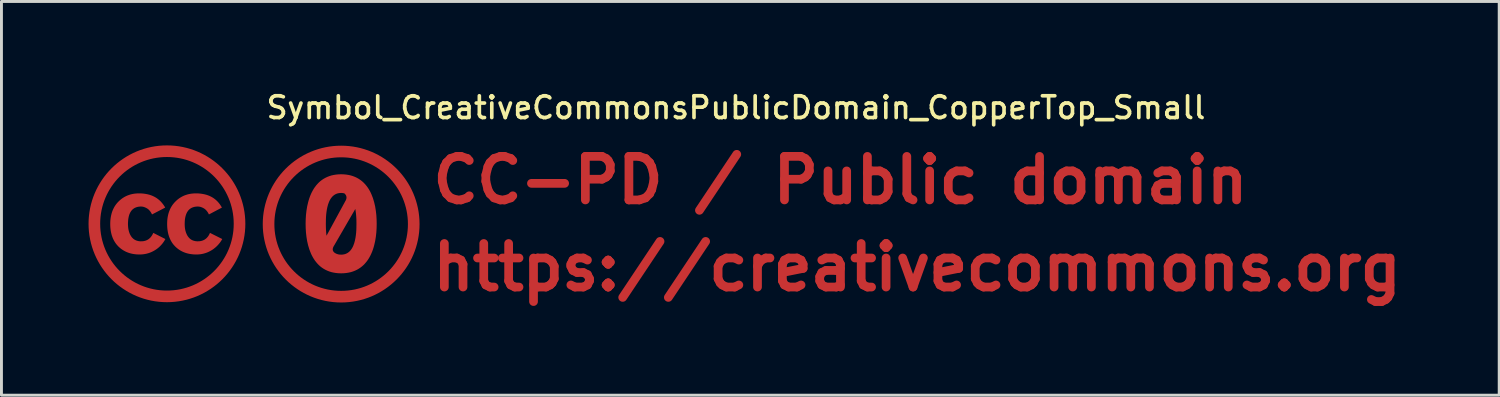
<source format=kicad_pcb>
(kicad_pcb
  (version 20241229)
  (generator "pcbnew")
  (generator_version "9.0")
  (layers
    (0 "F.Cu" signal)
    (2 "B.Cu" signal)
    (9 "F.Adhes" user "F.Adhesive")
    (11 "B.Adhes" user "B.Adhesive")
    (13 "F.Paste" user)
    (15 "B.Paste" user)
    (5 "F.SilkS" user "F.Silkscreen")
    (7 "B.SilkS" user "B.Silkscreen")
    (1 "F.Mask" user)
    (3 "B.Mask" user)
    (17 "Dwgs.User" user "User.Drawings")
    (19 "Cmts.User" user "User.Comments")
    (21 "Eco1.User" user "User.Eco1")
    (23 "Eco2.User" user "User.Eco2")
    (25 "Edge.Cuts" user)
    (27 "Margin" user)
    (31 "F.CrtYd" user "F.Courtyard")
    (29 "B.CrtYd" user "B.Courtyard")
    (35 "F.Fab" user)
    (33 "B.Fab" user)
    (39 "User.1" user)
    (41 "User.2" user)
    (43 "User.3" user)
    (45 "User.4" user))
  (footprint "Symbol_CreativeCommonsPublicDomain_CopperTop_Small"
    (layer "F.Cu")
    (at 21.7 4.658)
    (property "Reference" "Symbol_CreativeCommonsPublicDomain_CopperTop_Small" (at 0.599 -4 0) (layer "F.SilkS") (effects (font (size 0.75 0.75) (thickness 0.125))))
    (attr exclude_from_pos_files exclude_from_bom allow_missing_courtyard)
    (fp_circle (center -19 0) (end -16.5 0) (stroke (width 0.4) (type default)) (fill no) (layer "F.Cu"))
    (fp_circle (center -13 0.01) (end -10.5 0.01) (stroke (width 0.4) (type default)) (fill no) (layer "F.Cu"))
    (fp_poly (pts (xy -19.884 -1.046) (xy -19.809 -1.04) (xy -19.738 -1.03) (xy -19.669 -1.017) (xy -19.603 -1) (xy -19.539 -0.979) (xy -19.479 -0.954) (xy -19.421 -0.925) (xy -19.366 -0.893) (xy -19.314 -0.856) (xy -19.265 -0.816) (xy -19.218 -0.772) (xy -19.175 -0.724) (xy -19.134 -0.673) (xy -19.095 -0.617) (xy -19.06 -0.558) (xy -19.514 -0.322) (xy -19.523 -0.341) (xy -19.532 -0.358) (xy -19.542 -0.375) (xy -19.552 -0.392) (xy -19.562 -0.408) (xy -19.573 -0.423) (xy -19.583 -0.437) (xy -19.594 -0.45) (xy -19.606 -0.463) (xy -19.617 -0.476) (xy -19.629 -0.487) (xy -19.641 -0.498) (xy -19.653 -0.508) (xy -19.666 -0.517) (xy -19.679 -0.526) (xy -19.692 -0.534) (xy -19.705 -0.541) (xy -19.718 -0.548) (xy -19.731 -0.554) (xy -19.744 -0.56) (xy -19.757 -0.566) (xy -19.769 -0.57) (xy -19.782 -0.575) (xy -19.794 -0.579) (xy -19.806 -0.583) (xy -19.818 -0.586) (xy -19.83 -0.588) (xy -19.842 -0.59) (xy -19.854 -0.592) (xy -19.866 -0.593) (xy -19.877 -0.594) (xy -19.889 -0.594) (xy -19.916 -0.594) (xy -19.943 -0.592) (xy -19.97 -0.589) (xy -19.995 -0.585) (xy -20.019 -0.58) (xy -20.043 -0.573) (xy -20.065 -0.565) (xy -20.087 -0.557) (xy -20.108 -0.547) (xy -20.128 -0.536) (xy -20.147 -0.523) (xy -20.165 -0.51) (xy -20.182 -0.495) (xy -20.199 -0.48) (xy -20.214 -0.463) (xy -20.229 -0.444) (xy -20.242 -0.425) (xy -20.255 -0.405) (xy -20.267 -0.383) (xy -20.278 -0.36) (xy -20.289 -0.336) (xy -20.298 -0.311) (xy -20.306 -0.285) (xy -20.314 -0.257) (xy -20.32 -0.229) (xy -20.326 -0.199) (xy -20.331 -0.168) (xy -20.335 -0.136) (xy -20.338 -0.102) (xy -20.34 -0.068) (xy -20.342 -0.032) (xy -20.342 0.005) (xy -20.342 0.038) (xy -20.34 0.071) (xy -20.338 0.103) (xy -20.335 0.134) (xy -20.331 0.164) (xy -20.326 0.193) (xy -20.32 0.222) (xy -20.313 0.249) (xy -20.306 0.276) (xy -20.297 0.302) (xy -20.288 0.327) (xy -20.278 0.351) (xy -20.266 0.375) (xy -20.254 0.397) (xy -20.241 0.419) (xy -20.227 0.44) (xy -20.213 0.46) (xy -20.197 0.478) (xy -20.18 0.495) (xy -20.163 0.511) (xy -20.154 0.519) (xy -20.145 0.526) (xy -20.135 0.533) (xy -20.126 0.539) (xy -20.116 0.546) (xy -20.106 0.552) (xy -20.096 0.557) (xy -20.085 0.562) (xy -20.064 0.572) (xy -20.041 0.58) (xy -20.018 0.587) (xy -19.994 0.593) (xy -19.969 0.598) (xy -19.943 0.601) (xy -19.916 0.603) (xy -19.889 0.603) (xy -19.852 0.602) (xy -19.817 0.599) (xy -19.784 0.593) (xy -19.751 0.585) (xy -19.72 0.575) (xy -19.691 0.562) (xy -19.663 0.548) (xy -19.636 0.531) (xy -19.611 0.511) (xy -19.587 0.49) (xy -19.564 0.466) (xy -19.543 0.44) (xy -19.523 0.412) (xy -19.504 0.381) (xy -19.487 0.348) (xy -19.471 0.313) (xy -19.054 0.525) (xy -19.071 0.555) (xy -19.089 0.585) (xy -19.107 0.614) (xy -19.127 0.642) (xy -19.147 0.669) (xy -19.168 0.696) (xy -19.19 0.721) (xy -19.213 0.746) (xy -19.236 0.77) (xy -19.26 0.793) (xy -19.285 0.816) (xy -19.311 0.837) (xy -19.338 0.858) (xy -19.366 0.878) (xy -19.394 0.897) (xy -19.423 0.915) (xy -19.453 0.932) (xy -19.483 0.948) (xy -19.513 0.963) (xy -19.544 0.977) (xy -19.575 0.99) (xy -19.606 1.001) (xy -19.638 1.012) (xy -19.671 1.021) (xy -19.703 1.03) (xy -19.737 1.037) (xy -19.77 1.043) (xy -19.804 1.048) (xy -19.838 1.052) (xy -19.873 1.055) (xy -19.908 1.056) (xy -19.943 1.057) (xy -19.999 1.056) (xy -20.054 1.053) (xy -20.107 1.047) (xy -20.159 1.04) (xy -20.209 1.03) (xy -20.258 1.018) (xy -20.306 1.004) (xy -20.353 0.987) (xy -20.398 0.969) (xy -20.441 0.948) (xy -20.484 0.925) (xy -20.525 0.9) (xy -20.564 0.873) (xy -20.603 0.844) (xy -20.639 0.812) (xy -20.675 0.779) (xy -20.708 0.743) (xy -20.74 0.706) (xy -20.769 0.667) (xy -20.796 0.626) (xy -20.821 0.584) (xy -20.844 0.539) (xy -20.865 0.494) (xy -20.883 0.446) (xy -20.9 0.397) (xy -20.914 0.346) (xy -20.926 0.293) (xy -20.936 0.239) (xy -20.943 0.183) (xy -20.949 0.125) (xy -20.952 0.066) (xy -20.953 0.005) (xy -20.952 -0.055) (xy -20.949 -0.113) (xy -20.943 -0.17) (xy -20.935 -0.225) (xy -20.925 -0.278) (xy -20.913 -0.33) (xy -20.899 -0.38) (xy -20.883 -0.429) (xy -20.864 -0.476) (xy -20.843 -0.522) (xy -20.82 -0.566) (xy -20.795 -0.609) (xy -20.767 -0.65) (xy -20.738 -0.689) (xy -20.706 -0.727) (xy -20.672 -0.763) (xy -20.636 -0.798) (xy -20.599 -0.83) (xy -20.561 -0.86) (xy -20.522 -0.888) (xy -20.482 -0.913) (xy -20.44 -0.937) (xy -20.397 -0.958) (xy -20.353 -0.977) (xy -20.308 -0.993) (xy -20.262 -1.008) (xy -20.215 -1.02) (xy -20.167 -1.03) (xy -20.117 -1.038) (xy -20.066 -1.043) (xy -20.014 -1.047) (xy -19.961 -1.048)) (stroke (width 0) (type solid)) (fill yes) (layer "F.Cu"))
    (fp_poly (pts (xy -17.924 -1.046) (xy -17.85 -1.04) (xy -17.779 -1.03) (xy -17.71 -1.017) (xy -17.644 -1) (xy -17.581 -0.979) (xy -17.521 -0.954) (xy -17.463 -0.925) (xy -17.409 -0.893) (xy -17.357 -0.856) (xy -17.308 -0.816) (xy -17.262 -0.772) (xy -17.219 -0.724) (xy -17.179 -0.673) (xy -17.141 -0.617) (xy -17.107 -0.558) (xy -17.107 -0.558) (xy -17.554 -0.322) (xy -17.563 -0.341) (xy -17.573 -0.358) (xy -17.582 -0.375) (xy -17.592 -0.392) (xy -17.603 -0.408) (xy -17.613 -0.423) (xy -17.624 -0.437) (xy -17.635 -0.45) (xy -17.646 -0.463) (xy -17.658 -0.476) (xy -17.67 -0.487) (xy -17.682 -0.498) (xy -17.694 -0.508) (xy -17.707 -0.517) (xy -17.719 -0.526) (xy -17.733 -0.534) (xy -17.746 -0.541) (xy -17.759 -0.548) (xy -17.772 -0.554) (xy -17.785 -0.56) (xy -17.798 -0.566) (xy -17.811 -0.57) (xy -17.824 -0.575) (xy -17.836 -0.579) (xy -17.849 -0.583) (xy -17.861 -0.586) (xy -17.874 -0.588) (xy -17.886 -0.59) (xy -17.899 -0.592) (xy -17.911 -0.593) (xy -17.923 -0.594) (xy -17.935 -0.594) (xy -17.963 -0.594) (xy -17.99 -0.592) (xy -18.016 -0.589) (xy -18.041 -0.585) (xy -18.066 -0.58) (xy -18.089 -0.573) (xy -18.112 -0.565) (xy -18.134 -0.557) (xy -18.154 -0.547) (xy -18.174 -0.536) (xy -18.193 -0.523) (xy -18.212 -0.51) (xy -18.229 -0.495) (xy -18.245 -0.48) (xy -18.261 -0.463) (xy -18.275 -0.444) (xy -18.289 -0.425) (xy -18.302 -0.405) (xy -18.314 -0.383) (xy -18.325 -0.36) (xy -18.335 -0.336) (xy -18.344 -0.311) (xy -18.353 -0.285) (xy -18.36 -0.257) (xy -18.367 -0.229) (xy -18.373 -0.199) (xy -18.378 -0.168) (xy -18.382 -0.136) (xy -18.385 -0.102) (xy -18.387 -0.068) (xy -18.388 -0.032) (xy -18.389 0.005) (xy -18.388 0.038) (xy -18.387 0.071) (xy -18.385 0.103) (xy -18.382 0.134) (xy -18.378 0.164) (xy -18.373 0.193) (xy -18.367 0.222) (xy -18.36 0.249) (xy -18.352 0.276) (xy -18.344 0.302) (xy -18.334 0.327) (xy -18.324 0.351) (xy -18.313 0.375) (xy -18.301 0.397) (xy -18.288 0.419) (xy -18.274 0.44) (xy -18.259 0.46) (xy -18.243 0.478) (xy -18.227 0.495) (xy -18.218 0.504) (xy -18.21 0.511) (xy -18.201 0.519) (xy -18.191 0.526) (xy -18.182 0.533) (xy -18.172 0.539) (xy -18.163 0.546) (xy -18.153 0.552) (xy -18.142 0.557) (xy -18.132 0.562) (xy -18.11 0.572) (xy -18.088 0.58) (xy -18.064 0.587) (xy -18.04 0.593) (xy -18.015 0.598) (xy -17.989 0.601) (xy -17.963 0.603) (xy -17.935 0.603) (xy -17.899 0.602) (xy -17.864 0.599) (xy -17.83 0.593) (xy -17.798 0.585) (xy -17.767 0.575) (xy -17.738 0.562) (xy -17.709 0.548) (xy -17.683 0.531) (xy -17.657 0.511) (xy -17.633 0.49) (xy -17.611 0.466) (xy -17.589 0.44) (xy -17.569 0.412) (xy -17.551 0.381) (xy -17.534 0.348) (xy -17.518 0.313) (xy -17.095 0.525) (xy -17.112 0.555) (xy -17.131 0.585) (xy -17.15 0.614) (xy -17.17 0.642) (xy -17.191 0.669) (xy -17.213 0.696) (xy -17.235 0.721) (xy -17.258 0.746) (xy -17.282 0.77) (xy -17.306 0.793) (xy -17.332 0.816) (xy -17.358 0.837) (xy -17.384 0.858) (xy -17.412 0.878) (xy -17.44 0.897) (xy -17.469 0.915) (xy -17.499 0.932) (xy -17.529 0.948) (xy -17.559 0.963) (xy -17.59 0.977) (xy -17.621 0.99) (xy -17.652 1.001) (xy -17.684 1.012) (xy -17.716 1.021) (xy -17.748 1.03) (xy -17.781 1.037) (xy -17.814 1.043) (xy -17.847 1.048) (xy -17.881 1.052) (xy -17.915 1.055) (xy -17.949 1.056) (xy -17.983 1.057) (xy -18.04 1.056) (xy -18.095 1.053) (xy -18.149 1.047) (xy -18.202 1.04) (xy -18.253 1.03) (xy -18.302 1.018) (xy -18.35 1.004) (xy -18.397 0.987) (xy -18.442 0.969) (xy -18.486 0.948) (xy -18.528 0.925) (xy -18.569 0.9) (xy -18.608 0.873) (xy -18.646 0.844) (xy -18.683 0.812) (xy -18.718 0.779) (xy -18.751 0.743) (xy -18.783 0.706) (xy -18.812 0.667) (xy -18.839 0.626) (xy -18.863 0.584) (xy -18.886 0.539) (xy -18.906 0.494) (xy -18.925 0.446) (xy -18.941 0.397) (xy -18.955 0.346) (xy -18.967 0.293) (xy -18.976 0.239) (xy -18.984 0.183) (xy -18.989 0.125) (xy -18.992 0.066) (xy -18.993 0.005) (xy -18.992 -0.055) (xy -18.989 -0.113) (xy -18.984 -0.17) (xy -18.976 -0.225) (xy -18.966 -0.278) (xy -18.954 -0.33) (xy -18.94 -0.38) (xy -18.923 -0.429) (xy -18.904 -0.476) (xy -18.884 -0.522) (xy -18.861 -0.566) (xy -18.835 -0.609) (xy -18.808 -0.65) (xy -18.778 -0.689) (xy -18.746 -0.727) (xy -18.712 -0.763) (xy -18.676 -0.798) (xy -18.64 -0.83) (xy -18.602 -0.86) (xy -18.562 -0.888) (xy -18.522 -0.913) (xy -18.48 -0.937) (xy -18.438 -0.958) (xy -18.394 -0.977) (xy -18.349 -0.993) (xy -18.303 -1.008) (xy -18.256 -1.02) (xy -18.207 -1.03) (xy -18.157 -1.038) (xy -18.107 -1.043) (xy -18.055 -1.047) (xy -18.002 -1.048)) (stroke (width 0) (type solid)) (fill yes) (layer "F.Cu"))
    (fp_poly (pts (xy -12.91 -1.703) (xy -12.825 -1.695) (xy -12.744 -1.682) (xy -12.667 -1.665) (xy -12.593 -1.642) (xy -12.524 -1.615) (xy -12.458 -1.584) (xy -12.396 -1.549) (xy -12.338 -1.51) (xy -12.283 -1.468) (xy -12.231 -1.422) (xy -12.183 -1.372) (xy -12.138 -1.32) (xy -12.096 -1.265) (xy -12.057 -1.207) (xy -12.021 -1.146) (xy -11.988 -1.084) (xy -11.958 -1.019) (xy -11.905 -0.884) (xy -11.863 -0.742) (xy -11.829 -0.597) (xy -11.805 -0.448) (xy -11.788 -0.298) (xy -11.779 -0.148) (xy -11.776 0) (xy -11.779 0.148) (xy -11.788 0.298) (xy -11.805 0.448) (xy -11.829 0.597) (xy -11.863 0.742) (xy -11.883 0.814) (xy -11.905 0.884) (xy -11.93 0.952) (xy -11.958 1.019) (xy -11.988 1.084) (xy -12.021 1.146) (xy -12.057 1.207) (xy -12.096 1.265) (xy -12.138 1.32) (xy -12.183 1.372) (xy -12.231 1.422) (xy -12.283 1.468) (xy -12.338 1.51) (xy -12.396 1.549) (xy -12.458 1.584) (xy -12.524 1.615) (xy -12.593 1.642) (xy -12.667 1.665) (xy -12.744 1.682) (xy -12.825 1.695) (xy -12.91 1.703) (xy -13 1.706) (xy -13.09 1.703) (xy -13.175 1.695) (xy -13.256 1.682) (xy -13.334 1.665) (xy -13.407 1.642) (xy -13.476 1.615) (xy -13.542 1.584) (xy -13.604 1.549) (xy -13.663 1.51) (xy -13.718 1.468) (xy -13.769 1.422) (xy -13.817 1.372) (xy -13.862 1.32) (xy -13.904 1.265) (xy -13.943 1.207) (xy -13.979 1.146) (xy -14.012 1.084) (xy -14.042 1.019) (xy -14.095 0.884) (xy -14.095 0.882) (xy -13.29 0.882) (xy -13.289 0.892) (xy -13.288 0.902) (xy -13.286 0.912) (xy -13.284 0.921) (xy -13.28 0.93) (xy -13.276 0.938) (xy -13.272 0.947) (xy -13.267 0.955) (xy -13.261 0.962) (xy -13.255 0.97) (xy -13.249 0.977) (xy -13.241 0.984) (xy -13.234 0.99) (xy -13.226 0.997) (xy -13.217 1.003) (xy -13.209 1.008) (xy -13.199 1.014) (xy -13.18 1.024) (xy -13.16 1.034) (xy -13.156 1.035) (xy -13.152 1.036) (xy -13.148 1.038) (xy -13.144 1.039) (xy -13.136 1.042) (xy -13.129 1.044) (xy -13.124 1.045) (xy -13.119 1.047) (xy -13.115 1.049) (xy -13.11 1.05) (xy -13.097 1.053) (xy -13.084 1.056) (xy -13.071 1.058) (xy -13.057 1.059) (xy -13.043 1.061) (xy -13.029 1.062) (xy -13.015 1.062) (xy -13 1.063) (xy -12.954 1.061) (xy -12.911 1.054) (xy -12.871 1.045) (xy -12.833 1.031) (xy -12.797 1.014) (xy -12.764 0.994) (xy -12.734 0.971) (xy -12.705 0.945) (xy -12.679 0.917) (xy -12.655 0.886) (xy -12.632 0.852) (xy -12.612 0.817) (xy -12.593 0.78) (xy -12.577 0.742) (xy -12.548 0.661) (xy -12.525 0.575) (xy -12.507 0.488) (xy -12.494 0.399) (xy -12.484 0.311) (xy -12.478 0.226) (xy -12.475 0.145) (xy -12.473 0) (xy -12.474 -0.111) (xy -12.476 -0.172) (xy -12.48 -0.237) (xy -12.485 -0.304) (xy -12.492 -0.372) (xy -12.501 -0.441) (xy -12.512 -0.511) (xy -13.241 0.747) (xy -13.25 0.761) (xy -13.258 0.775) (xy -13.265 0.788) (xy -13.271 0.801) (xy -13.276 0.814) (xy -13.28 0.826) (xy -13.284 0.838) (xy -13.287 0.85) (xy -13.288 0.861) (xy -13.289 0.872) (xy -13.29 0.882) (xy -14.095 0.882) (xy -14.138 0.742) (xy -14.171 0.597) (xy -14.195 0.448) (xy -14.212 0.298) (xy -14.221 0.148) (xy -14.224 0) (xy -14.224 -0.000093) (xy -13.527 -0.000093) (xy -13.526 0.09) (xy -13.525 0.139) (xy -13.523 0.19) (xy -13.52 0.243) (xy -13.516 0.298) (xy -13.511 0.354) (xy -13.504 0.411) (xy -12.853 -0.787) (xy -12.847 -0.797) (xy -12.841 -0.808) (xy -12.836 -0.819) (xy -12.832 -0.829) (xy -12.828 -0.839) (xy -12.825 -0.849) (xy -12.822 -0.859) (xy -12.82 -0.868) (xy -12.818 -0.878) (xy -12.817 -0.887) (xy -12.816 -0.896) (xy -12.816 -0.905) (xy -12.816 -0.913) (xy -12.817 -0.922) (xy -12.818 -0.93) (xy -12.82 -0.938) (xy -12.821 -0.946) (xy -12.824 -0.954) (xy -12.826 -0.962) (xy -12.829 -0.969) (xy -12.833 -0.977) (xy -12.836 -0.984) (xy -12.841 -0.991) (xy -12.845 -0.998) (xy -12.85 -1.005) (xy -12.855 -1.011) (xy -12.86 -1.018) (xy -12.865 -1.024) (xy -12.877 -1.036) (xy -12.89 -1.048) (xy -12.903 -1.051) (xy -12.916 -1.054) (xy -12.929 -1.056) (xy -12.943 -1.058) (xy -12.957 -1.06) (xy -12.971 -1.061) (xy -12.985 -1.062) (xy -13 -1.063) (xy -13.046 -1.06) (xy -13.089 -1.054) (xy -13.129 -1.045) (xy -13.167 -1.031) (xy -13.203 -1.014) (xy -13.236 -0.994) (xy -13.266 -0.971) (xy -13.295 -0.945) (xy -13.321 -0.916) (xy -13.345 -0.886) (xy -13.368 -0.852) (xy -13.388 -0.817) (xy -13.407 -0.78) (xy -13.423 -0.742) (xy -13.452 -0.661) (xy -13.475 -0.575) (xy -13.493 -0.488) (xy -13.506 -0.399) (xy -13.516 -0.312) (xy -13.522 -0.226) (xy -13.525 -0.145) (xy -13.527 -0.000093) (xy -14.224 -0.000093) (xy -14.221 -0.148) (xy -14.212 -0.298) (xy -14.195 -0.448) (xy -14.171 -0.597) (xy -14.137 -0.742) (xy -14.117 -0.814) (xy -14.095 -0.884) (xy -14.07 -0.952) (xy -14.042 -1.019) (xy -14.012 -1.084) (xy -13.979 -1.146) (xy -13.943 -1.207) (xy -13.904 -1.265) (xy -13.862 -1.32) (xy -13.817 -1.372) (xy -13.769 -1.422) (xy -13.718 -1.468) (xy -13.663 -1.51) (xy -13.604 -1.549) (xy -13.542 -1.584) (xy -13.476 -1.615) (xy -13.407 -1.642) (xy -13.334 -1.665) (xy -13.256 -1.682) (xy -13.175 -1.695) (xy -13.09 -1.703) (xy -13 -1.706)) (stroke (width 0) (type solid)) (fill yes) (layer "F.Cu"))
    (fp_text user "https://creativecommons.org" (at -10 1.5 0) (unlocked yes) (layer "F.Cu") (effects (font (size 1.5 1.5) (thickness 0.3)) (justify left)))
    (fp_text user "CC-PD / Public domain" (at -10 -1.5 0) (unlocked yes) (layer "F.Cu") (effects (font (size 1.5 1.5) (thickness 0.3)) (justify left))))
  (gr_rect
    (start -3 -3)
    (end 48.586 10.562)
    (stroke (width 0.1) (type default))
    (fill no)
    (layer "Edge.Cuts")))
</source>
